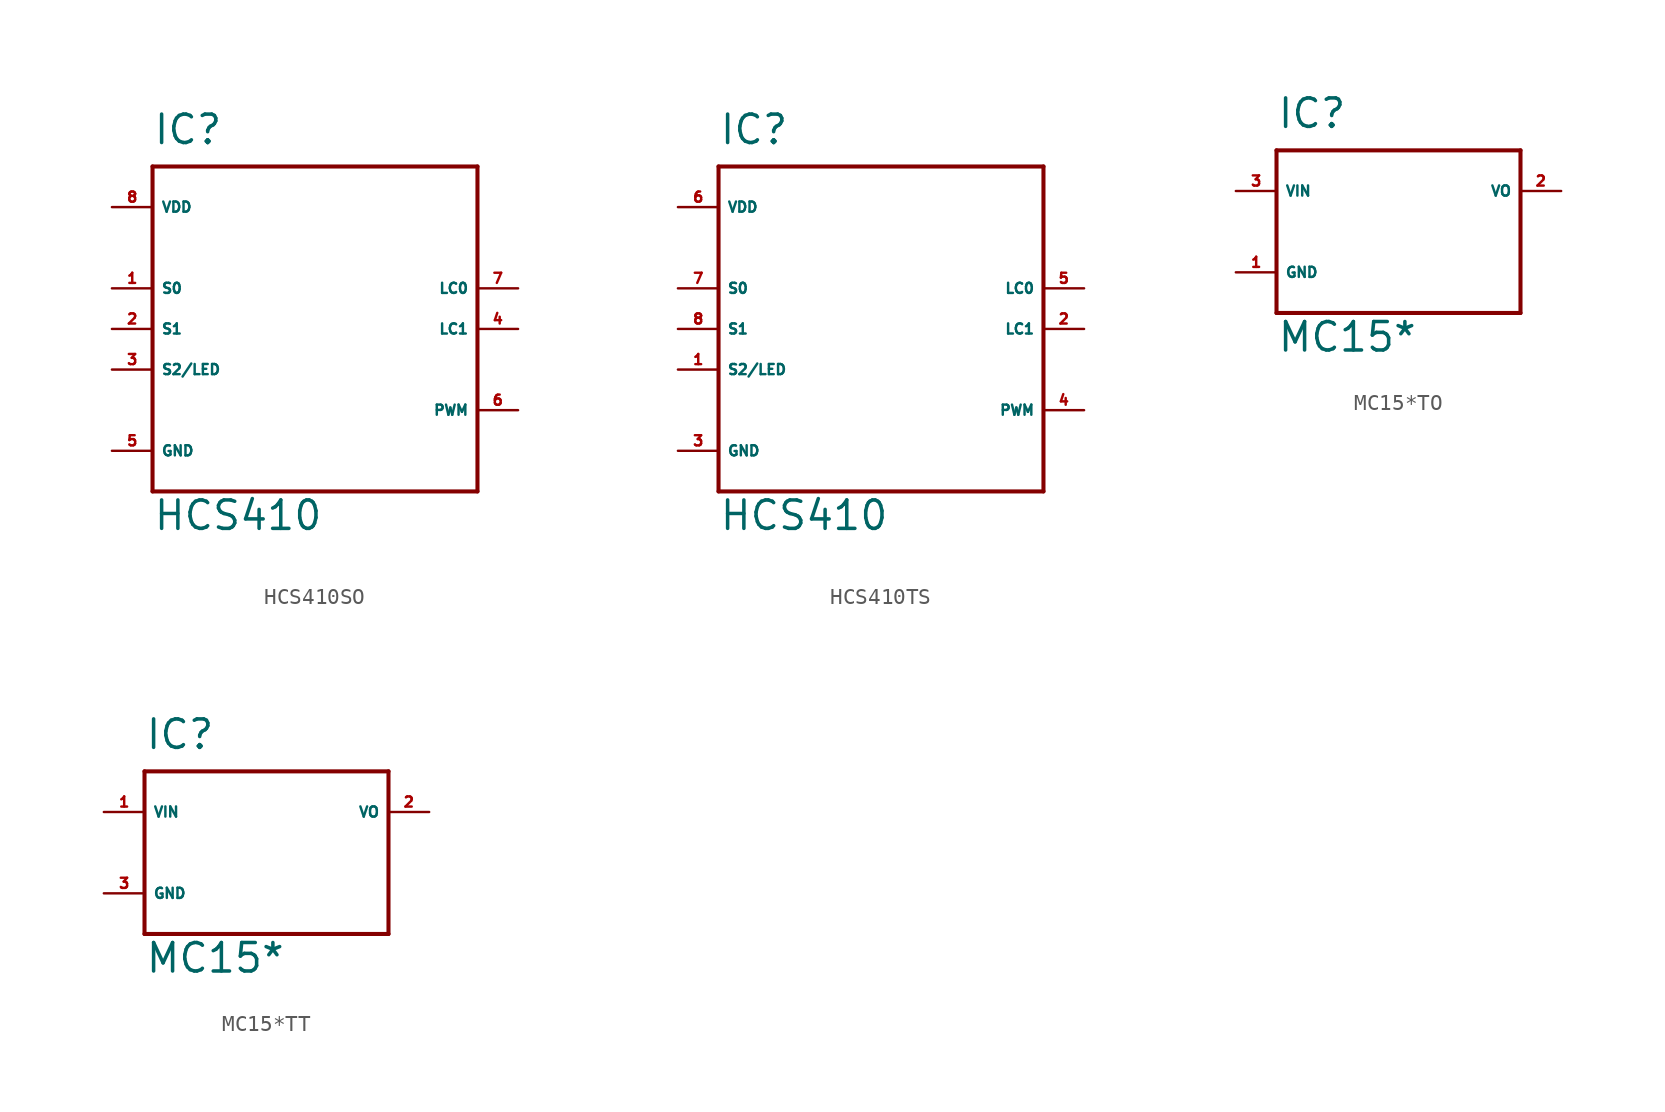
<source format=kicad_sym>
(kicad_symbol_lib
  (version 20220914)
  (generator Eagle2Kicad)
  (symbol "HCS410SO"
    (property "Reference" "IC"
      (at -10.16 11.43 0)
      (effects (font (size 1.778 1.778) (thickness 0.22)) (justify left bottom)))
    (property "Value" "HCS410"
      (at -10.16 -12.7 0)
      (effects (font (size 1.778 1.778) (thickness 0.22)) (justify left bottom)))
    (polyline
      (pts (xy -10.16 10.16) (xy 10.16 10.16))
      (stroke (width 0.254) (type default))
      (fill (type none)))
    (polyline
      (pts (xy 10.16 10.16) (xy 10.16 -10.16))
      (stroke (width 0.254) (type default))
      (fill (type none)))
    (polyline
      (pts (xy 10.16 -10.16) (xy -10.16 -10.16))
      (stroke (width 0.254) (type default))
      (fill (type none)))
    (polyline
      (pts (xy -10.16 -10.16) (xy -10.16 10.16))
      (stroke (width 0.254) (type default))
      (fill (type none)))
    (pin unspecified line
      (at -12.7 7.62 0)
      (length 2.54)
      (name "VDD" (effects (font (size 0.635 0.635) (thickness 0.08)) (justify left bottom)))
      (number "8" (effects (font (size 0.635 0.635) (thickness 0.08)) (justify left bottom))))
    (pin unspecified line
      (at -12.7 -7.62 0)
      (length 2.54)
      (name "GND" (effects (font (size 0.635 0.635) (thickness 0.08)) (justify left bottom)))
      (number "5" (effects (font (size 0.635 0.635) (thickness 0.08)) (justify left bottom))))
    (pin input line
      (at -12.7 2.54 0)
      (length 2.54)
      (name "S0" (effects (font (size 0.635 0.635) (thickness 0.08)) (justify left bottom)))
      (number "1" (effects (font (size 0.635 0.635) (thickness 0.08)) (justify left bottom))))
    (pin input line
      (at -12.7 0 0)
      (length 2.54)
      (name "S1" (effects (font (size 0.635 0.635) (thickness 0.08)) (justify left bottom)))
      (number "2" (effects (font (size 0.635 0.635) (thickness 0.08)) (justify left bottom))))
    (pin bidirectional line
      (at 12.7 2.54 180)
      (length 2.54)
      (name "LC0" (effects (font (size 0.635 0.635) (thickness 0.08)) (justify left bottom)))
      (number "7" (effects (font (size 0.635 0.635) (thickness 0.08)) (justify left bottom))))
    (pin bidirectional line
      (at 12.7 0 180)
      (length 2.54)
      (name "LC1" (effects (font (size 0.635 0.635) (thickness 0.08)) (justify left bottom)))
      (number "4" (effects (font (size 0.635 0.635) (thickness 0.08)) (justify left bottom))))
    (pin bidirectional line
      (at -12.7 -2.54 0)
      (length 2.54)
      (name "S2/LED" (effects (font (size 0.635 0.635) (thickness 0.08)) (justify left bottom)))
      (number "3" (effects (font (size 0.635 0.635) (thickness 0.08)) (justify left bottom))))
    (pin bidirectional line
      (at 12.7 -5.08 180)
      (length 2.54)
      (name "PWM" (effects (font (size 0.635 0.635) (thickness 0.08)) (justify left bottom)))
      (number "6" (effects (font (size 0.635 0.635) (thickness 0.08)) (justify left bottom)))))
  (symbol "HCS410TS"
    (property "Reference" "IC"
      (at -10.16 11.43 0)
      (effects (font (size 1.778 1.778) (thickness 0.22)) (justify left bottom)))
    (property "Value" "HCS410"
      (at -10.16 -12.7 0)
      (effects (font (size 1.778 1.778) (thickness 0.22)) (justify left bottom)))
    (polyline
      (pts (xy -10.16 10.16) (xy 10.16 10.16))
      (stroke (width 0.254) (type default))
      (fill (type none)))
    (polyline
      (pts (xy 10.16 10.16) (xy 10.16 -10.16))
      (stroke (width 0.254) (type default))
      (fill (type none)))
    (polyline
      (pts (xy 10.16 -10.16) (xy -10.16 -10.16))
      (stroke (width 0.254) (type default))
      (fill (type none)))
    (polyline
      (pts (xy -10.16 -10.16) (xy -10.16 10.16))
      (stroke (width 0.254) (type default))
      (fill (type none)))
    (pin unspecified line
      (at -12.7 7.62 0)
      (length 2.54)
      (name "VDD" (effects (font (size 0.635 0.635) (thickness 0.08)) (justify left bottom)))
      (number "6" (effects (font (size 0.635 0.635) (thickness 0.08)) (justify left bottom))))
    (pin unspecified line
      (at -12.7 -7.62 0)
      (length 2.54)
      (name "GND" (effects (font (size 0.635 0.635) (thickness 0.08)) (justify left bottom)))
      (number "3" (effects (font (size 0.635 0.635) (thickness 0.08)) (justify left bottom))))
    (pin input line
      (at -12.7 2.54 0)
      (length 2.54)
      (name "S0" (effects (font (size 0.635 0.635) (thickness 0.08)) (justify left bottom)))
      (number "7" (effects (font (size 0.635 0.635) (thickness 0.08)) (justify left bottom))))
    (pin input line
      (at -12.7 0 0)
      (length 2.54)
      (name "S1" (effects (font (size 0.635 0.635) (thickness 0.08)) (justify left bottom)))
      (number "8" (effects (font (size 0.635 0.635) (thickness 0.08)) (justify left bottom))))
    (pin bidirectional line
      (at 12.7 2.54 180)
      (length 2.54)
      (name "LC0" (effects (font (size 0.635 0.635) (thickness 0.08)) (justify left bottom)))
      (number "5" (effects (font (size 0.635 0.635) (thickness 0.08)) (justify left bottom))))
    (pin bidirectional line
      (at 12.7 0 180)
      (length 2.54)
      (name "LC1" (effects (font (size 0.635 0.635) (thickness 0.08)) (justify left bottom)))
      (number "2" (effects (font (size 0.635 0.635) (thickness 0.08)) (justify left bottom))))
    (pin bidirectional line
      (at -12.7 -2.54 0)
      (length 2.54)
      (name "S2/LED" (effects (font (size 0.635 0.635) (thickness 0.08)) (justify left bottom)))
      (number "1" (effects (font (size 0.635 0.635) (thickness 0.08)) (justify left bottom))))
    (pin bidirectional line
      (at 12.7 -5.08 180)
      (length 2.54)
      (name "PWM" (effects (font (size 0.635 0.635) (thickness 0.08)) (justify left bottom)))
      (number "4" (effects (font (size 0.635 0.635) (thickness 0.08)) (justify left bottom)))))
  (symbol "MC15*TO"
    (property "Reference" "IC"
      (at -7.62 6.35 0)
      (effects (font (size 1.778 1.778) (thickness 0.22)) (justify left bottom)))
    (property "Value" "MC15*"
      (at -7.62 -7.62 0)
      (effects (font (size 1.778 1.778) (thickness 0.22)) (justify left bottom)))
    (polyline
      (pts (xy -7.62 5.08) (xy 7.62 5.08))
      (stroke (width 0.254) (type default))
      (fill (type none)))
    (polyline
      (pts (xy 7.62 5.08) (xy 7.62 -5.08))
      (stroke (width 0.254) (type default))
      (fill (type none)))
    (polyline
      (pts (xy 7.62 -5.08) (xy -7.62 -5.08))
      (stroke (width 0.254) (type default))
      (fill (type none)))
    (polyline
      (pts (xy -7.62 -5.08) (xy -7.62 5.08))
      (stroke (width 0.254) (type default))
      (fill (type none)))
    (pin input line
      (at -10.16 2.54 0)
      (length 2.54)
      (name "VIN" (effects (font (size 0.635 0.635) (thickness 0.08)) (justify left bottom)))
      (number "3" (effects (font (size 0.635 0.635) (thickness 0.08)) (justify left bottom))))
    (pin output line
      (at 10.16 2.54 180)
      (length 2.54)
      (name "VO" (effects (font (size 0.635 0.635) (thickness 0.08)) (justify left bottom)))
      (number "2" (effects (font (size 0.635 0.635) (thickness 0.08)) (justify left bottom))))
    (pin passive line
      (at -10.16 -2.54 0)
      (length 2.54)
      (name "GND" (effects (font (size 0.635 0.635) (thickness 0.08)) (justify left bottom)))
      (number "1" (effects (font (size 0.635 0.635) (thickness 0.08)) (justify left bottom)))))
  (symbol "MC15*TT"
    (property "Reference" "IC"
      (at -7.62 6.35 0)
      (effects (font (size 1.778 1.778) (thickness 0.22)) (justify left bottom)))
    (property "Value" "MC15*"
      (at -7.62 -7.62 0)
      (effects (font (size 1.778 1.778) (thickness 0.22)) (justify left bottom)))
    (polyline
      (pts (xy -7.62 5.08) (xy 7.62 5.08))
      (stroke (width 0.254) (type default))
      (fill (type none)))
    (polyline
      (pts (xy 7.62 5.08) (xy 7.62 -5.08))
      (stroke (width 0.254) (type default))
      (fill (type none)))
    (polyline
      (pts (xy 7.62 -5.08) (xy -7.62 -5.08))
      (stroke (width 0.254) (type default))
      (fill (type none)))
    (polyline
      (pts (xy -7.62 -5.08) (xy -7.62 5.08))
      (stroke (width 0.254) (type default))
      (fill (type none)))
    (pin input line
      (at -10.16 2.54 0)
      (length 2.54)
      (name "VIN" (effects (font (size 0.635 0.635) (thickness 0.08)) (justify left bottom)))
      (number "1" (effects (font (size 0.635 0.635) (thickness 0.08)) (justify left bottom))))
    (pin output line
      (at 10.16 2.54 180)
      (length 2.54)
      (name "VO" (effects (font (size 0.635 0.635) (thickness 0.08)) (justify left bottom)))
      (number "2" (effects (font (size 0.635 0.635) (thickness 0.08)) (justify left bottom))))
    (pin passive line
      (at -10.16 -2.54 0)
      (length 2.54)
      (name "GND" (effects (font (size 0.635 0.635) (thickness 0.08)) (justify left bottom)))
      (number "3" (effects (font (size 0.635 0.635) (thickness 0.08)) (justify left bottom))))))
</source>
